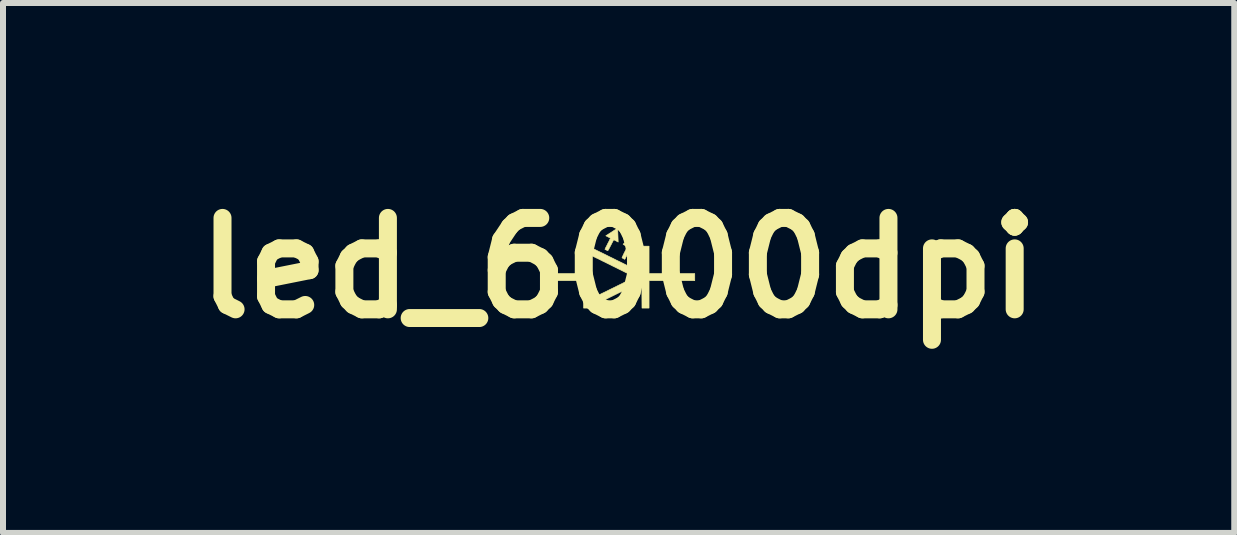
<source format=kicad_pcb>
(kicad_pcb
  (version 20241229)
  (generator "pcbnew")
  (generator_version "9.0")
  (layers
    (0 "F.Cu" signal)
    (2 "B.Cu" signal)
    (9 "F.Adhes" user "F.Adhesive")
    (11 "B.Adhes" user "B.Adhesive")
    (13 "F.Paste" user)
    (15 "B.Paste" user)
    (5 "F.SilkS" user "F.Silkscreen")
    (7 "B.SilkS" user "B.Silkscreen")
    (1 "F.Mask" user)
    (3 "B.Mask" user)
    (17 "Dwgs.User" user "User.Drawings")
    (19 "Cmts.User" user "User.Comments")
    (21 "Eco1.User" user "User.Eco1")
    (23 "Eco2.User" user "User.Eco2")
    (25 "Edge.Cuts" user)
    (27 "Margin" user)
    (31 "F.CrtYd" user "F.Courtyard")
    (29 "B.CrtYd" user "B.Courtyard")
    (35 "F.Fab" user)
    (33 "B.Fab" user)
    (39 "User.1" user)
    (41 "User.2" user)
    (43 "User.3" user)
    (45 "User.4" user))
  (footprint "led_6000dpi"
    (layer "F.Cu")
    (at 7.264 1.418)
    (property "Reference" "led_6000dpi" (at 0 0 0) (layer "F.SilkS") (effects (font (size 1.524 1.524) (thickness 0.3))))
    (attr through_hole)
    (fp_poly (pts (xy -0.015 -0.631) (xy -0.014 -0.617) (xy -0.013 -0.595) (xy -0.012 -0.57) (xy -0.011 -0.542) (xy -0.01 -0.516) (xy -0.007 -0.432) (xy -0.044 -0.452) (xy -0.06 -0.46) (xy -0.073 -0.466) (xy -0.08 -0.469) (xy -0.082 -0.469) (xy -0.084 -0.465) (xy -0.09 -0.455) (xy -0.098 -0.439) (xy -0.109 -0.419) (xy -0.121 -0.395) (xy -0.13 -0.378) (xy -0.143 -0.353) (xy -0.155 -0.33) (xy -0.165 -0.312) (xy -0.173 -0.298) (xy -0.178 -0.29) (xy -0.18 -0.288) (xy -0.186 -0.29) (xy -0.196 -0.295) (xy -0.205 -0.299) (xy -0.217 -0.305) (xy -0.225 -0.31) (xy -0.228 -0.311) (xy -0.226 -0.315) (xy -0.221 -0.325) (xy -0.214 -0.341) (xy -0.203 -0.362) (xy -0.191 -0.385) (xy -0.182 -0.404) (xy -0.169 -0.429) (xy -0.157 -0.452) (xy -0.148 -0.472) (xy -0.141 -0.486) (xy -0.137 -0.495) (xy -0.136 -0.497) (xy -0.14 -0.5) (xy -0.15 -0.505) (xy -0.165 -0.512) (xy -0.176 -0.518) (xy -0.213 -0.537) (xy -0.184 -0.555) (xy -0.171 -0.564) (xy -0.152 -0.576) (xy -0.13 -0.59) (xy -0.106 -0.606) (xy -0.086 -0.619) (xy -0.018 -0.664) (xy -0.015 -0.631)) (stroke (width 0.01) (type solid)) (fill yes) (layer "F.SilkS"))
    (fp_poly (pts (xy 0.261 -0.517) (xy 0.262 -0.512) (xy 0.263 -0.499) (xy 0.264 -0.482) (xy 0.266 -0.46) (xy 0.267 -0.435) (xy 0.268 -0.409) (xy 0.27 -0.382) (xy 0.271 -0.357) (xy 0.272 -0.334) (xy 0.273 -0.315) (xy 0.274 -0.301) (xy 0.274 -0.294) (xy 0.274 -0.293) (xy 0.269 -0.294) (xy 0.259 -0.299) (xy 0.245 -0.305) (xy 0.234 -0.311) (xy 0.196 -0.33) (xy 0.151 -0.237) (xy 0.138 -0.211) (xy 0.127 -0.188) (xy 0.117 -0.169) (xy 0.109 -0.155) (xy 0.104 -0.146) (xy 0.103 -0.144) (xy 0.097 -0.146) (xy 0.088 -0.152) (xy 0.08 -0.156) (xy 0.068 -0.163) (xy 0.06 -0.168) (xy 0.057 -0.17) (xy 0.058 -0.174) (xy 0.063 -0.185) (xy 0.07 -0.201) (xy 0.08 -0.222) (xy 0.091 -0.246) (xy 0.099 -0.262) (xy 0.112 -0.287) (xy 0.123 -0.31) (xy 0.132 -0.329) (xy 0.139 -0.344) (xy 0.143 -0.353) (xy 0.144 -0.355) (xy 0.14 -0.358) (xy 0.131 -0.364) (xy 0.117 -0.371) (xy 0.107 -0.376) (xy 0.088 -0.386) (xy 0.078 -0.393) (xy 0.075 -0.398) (xy 0.075 -0.398) (xy 0.08 -0.402) (xy 0.091 -0.41) (xy 0.107 -0.42) (xy 0.125 -0.432) (xy 0.146 -0.446) (xy 0.169 -0.46) (xy 0.191 -0.474) (xy 0.212 -0.487) (xy 0.23 -0.499) (xy 0.246 -0.508) (xy 0.256 -0.514) (xy 0.261 -0.517) (xy 0.261 -0.517)) (stroke (width 0.01) (type solid)) (fill yes) (layer "F.SilkS"))
    (fp_poly (pts (xy -0.576 -0.396) (xy -0.565 -0.391) (xy -0.547 -0.382) (xy -0.523 -0.37) (xy -0.493 -0.356) (xy -0.458 -0.338) (xy -0.417 -0.319) (xy -0.373 -0.297) (xy -0.324 -0.273) (xy -0.272 -0.248) (xy -0.217 -0.221) (xy -0.16 -0.192) (xy -0.1 -0.163) (xy -0.096 -0.161) (xy -0.037 -0.131) (xy 0.021 -0.103) (xy 0.076 -0.076) (xy 0.128 -0.05) (xy 0.177 -0.026) (xy 0.222 -0.004) (xy 0.262 0.016) (xy 0.298 0.033) (xy 0.328 0.048) (xy 0.352 0.06) (xy 0.371 0.069) (xy 0.382 0.074) (xy 0.387 0.076) (xy 0.387 0.076) (xy 0.387 0.072) (xy 0.388 0.06) (xy 0.388 0.042) (xy 0.389 0.017) (xy 0.389 -0.013) (xy 0.389 -0.048) (xy 0.389 -0.086) (xy 0.389 -0.128) (xy 0.389 -0.144) (xy 0.389 -0.364) (xy 0.508 -0.364) (xy 0.508 0.093) (xy 1.27 0.093) (xy 1.27 0.212) (xy 0.508 0.212) (xy 0.508 0.669) (xy 0.39 0.669) (xy 0.387 0.226) (xy -0.51 0.669) (xy -0.547 0.669) (xy -0.584 0.669) (xy -0.584 0.212) (xy -1.27 0.212) (xy -1.27 0.152) (xy -0.466 0.152) (xy -0.466 0.516) (xy -0.428 0.498) (xy -0.418 0.494) (xy -0.402 0.486) (xy -0.379 0.475) (xy -0.35 0.461) (xy -0.317 0.444) (xy -0.279 0.425) (xy -0.237 0.405) (xy -0.192 0.383) (xy -0.144 0.359) (xy -0.095 0.335) (xy -0.06 0.318) (xy -0.01 0.293) (xy 0.037 0.27) (xy 0.081 0.248) (xy 0.122 0.227) (xy 0.159 0.209) (xy 0.192 0.192) (xy 0.22 0.178) (xy 0.242 0.167) (xy 0.259 0.159) (xy 0.268 0.154) (xy 0.271 0.152) (xy 0.267 0.15) (xy 0.256 0.145) (xy 0.239 0.136) (xy 0.217 0.124) (xy 0.189 0.111) (xy 0.157 0.094) (xy 0.121 0.077) (xy 0.082 0.057) (xy 0.04 0.036) (xy -0.003 0.015) (xy -0.048 -0.008) (xy -0.094 -0.03) (xy -0.139 -0.053) (xy -0.184 -0.075) (xy -0.228 -0.097) (xy -0.27 -0.117) (xy -0.309 -0.137) (xy -0.345 -0.155) (xy -0.378 -0.17) (xy -0.406 -0.184) (xy -0.428 -0.195) (xy -0.446 -0.204) (xy -0.457 -0.209) (xy -0.46 -0.211) (xy -0.461 -0.209) (xy -0.462 -0.205) (xy -0.463 -0.196) (xy -0.464 -0.184) (xy -0.464 -0.166) (xy -0.465 -0.143) (xy -0.465 -0.115) (xy -0.465 -0.08) (xy -0.465 -0.04) (xy -0.466 0.008) (xy -0.466 0.064) (xy -0.466 0.127) (xy -0.466 0.152) (xy -1.27 0.152) (xy -1.27 0.093) (xy -0.582 0.093) (xy -0.583 -0.152) (xy -0.583 -0.2) (xy -0.583 -0.244) (xy -0.583 -0.284) (xy -0.583 -0.319) (xy -0.583 -0.348) (xy -0.582 -0.371) (xy -0.582 -0.388) (xy -0.581 -0.396) (xy -0.581 -0.398) (xy -0.576 -0.396)) (stroke (width 0.01) (type solid)) (fill yes) (layer "F.SilkS")))
  (gr_rect
    (start -3 -3)
    (end 17.529 5.836)
    (stroke (width 0.1) (type default))
    (fill no)
    (layer "Edge.Cuts")))
</source>
